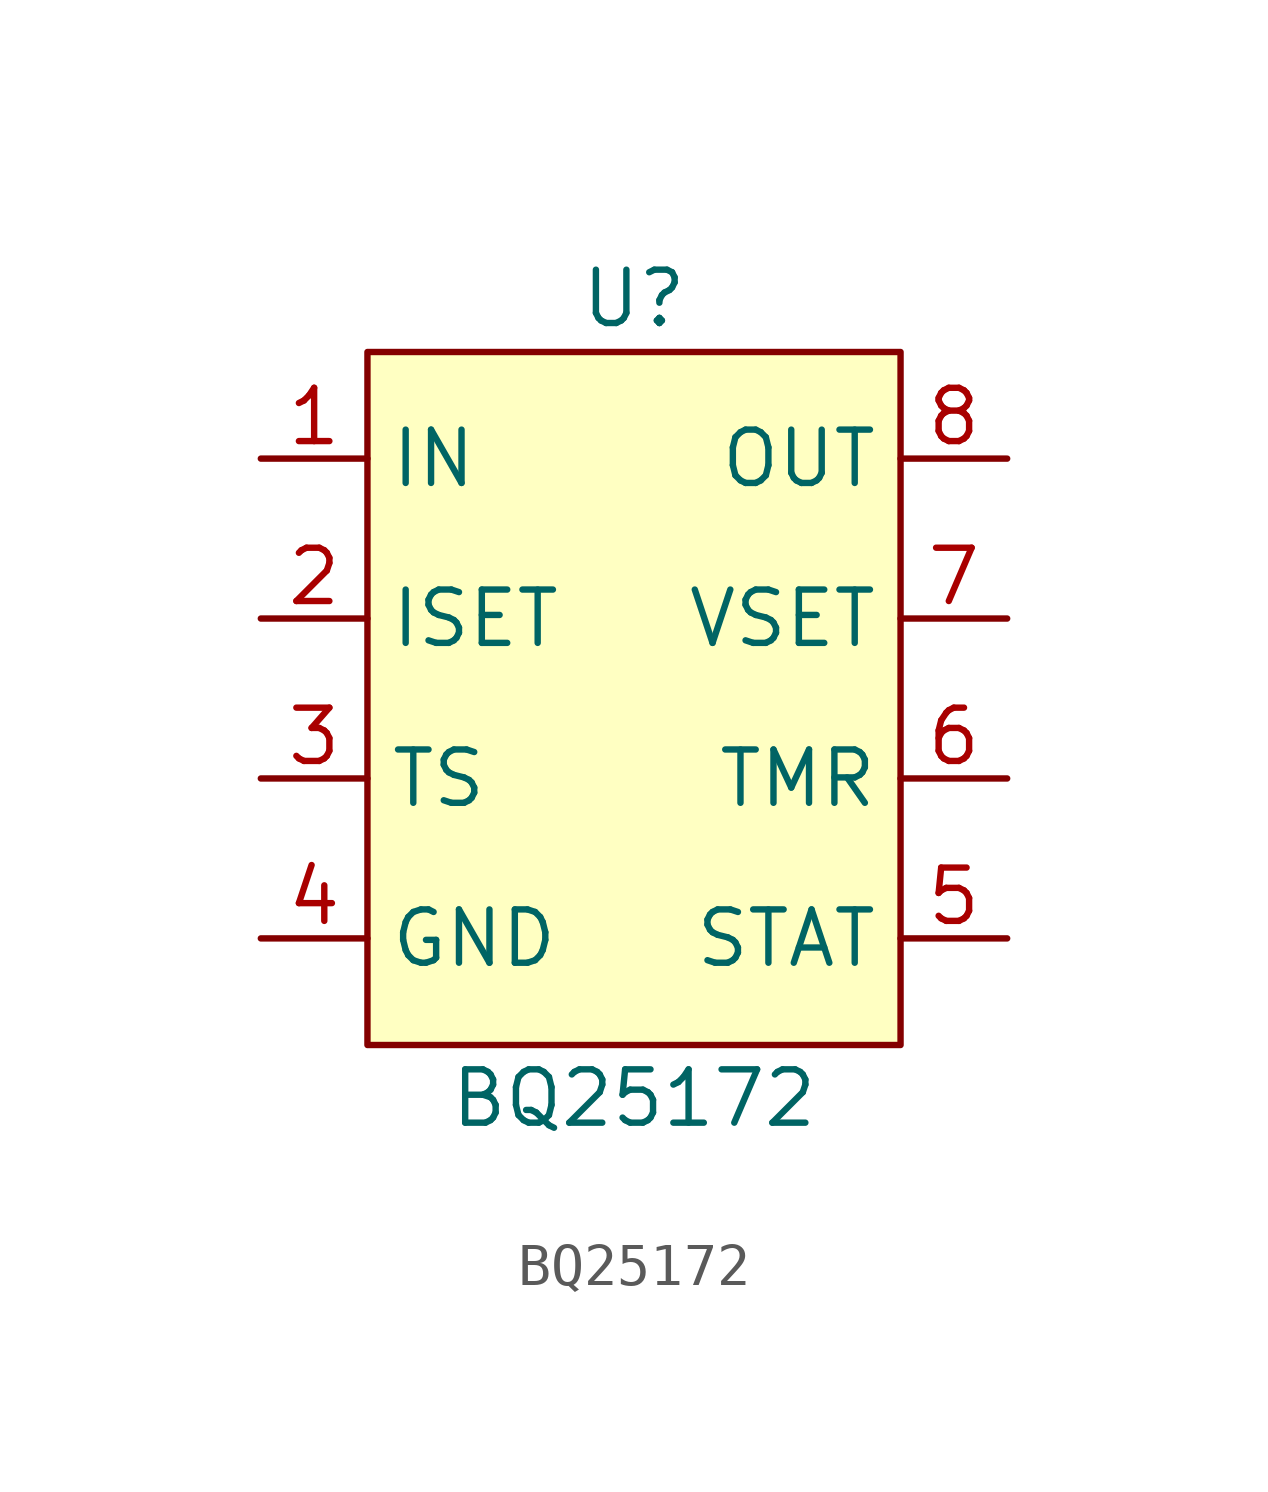
<source format=kicad_sym>
(kicad_symbol_lib
  (version 20211014)
  (generator kicad_symbol_editor)
  (symbol "BQ25172"
    (property "Reference" "U"
      (at 0 7.62 0)
      (effects (font (size 1.27 1.27))))
    (property "Value" "BQ25172"
      (at 0 -11.43 0)
      (effects (font (size 1.27 1.27))))
    (symbol "BQ25172_0_1"
      (rectangle (start -6.35 6.35) (end 6.35 -10.16) (stroke (width 0) (type default) (color 0 0 0 0)) (fill (type background))))
    (symbol "BQ25172_1_1"
      (pin power_in line (at -8.89 3.81 0) (length 2.54) (name "IN" (effects (font (size 1.27 1.27)))) (number "1" (effects (font (size 1.27 1.27)))))
      (pin power_in line (at -8.89 0 0) (length 2.54) (name "ISET" (effects (font (size 1.27 1.27)))) (number "2" (effects (font (size 1.27 1.27)))))
      (pin power_in line (at -8.89 -3.81 0) (length 2.54) (name "TS" (effects (font (size 1.27 1.27)))) (number "3" (effects (font (size 1.27 1.27)))))
      (pin power_in line (at -8.89 -7.62 0) (length 2.54) (name "GND" (effects (font (size 1.27 1.27)))) (number "4" (effects (font (size 1.27 1.27)))))
      (pin output line (at 8.89 -7.62 180) (length 2.54) (name "STAT" (effects (font (size 1.27 1.27)))) (number "5" (effects (font (size 1.27 1.27)))))
      (pin input line (at 8.89 -3.81 180) (length 2.54) (name "TMR" (effects (font (size 1.27 1.27)))) (number "6" (effects (font (size 1.27 1.27)))))
      (pin power_in line (at 8.89 0 180) (length 2.54) (name "VSET" (effects (font (size 1.27 1.27)))) (number "7" (effects (font (size 1.27 1.27)))))
      (pin power_out line (at 8.89 3.81 180) (length 2.54) (name "OUT" (effects (font (size 1.27 1.27)))) (number "8" (effects (font (size 1.27 1.27))))))))
</source>
